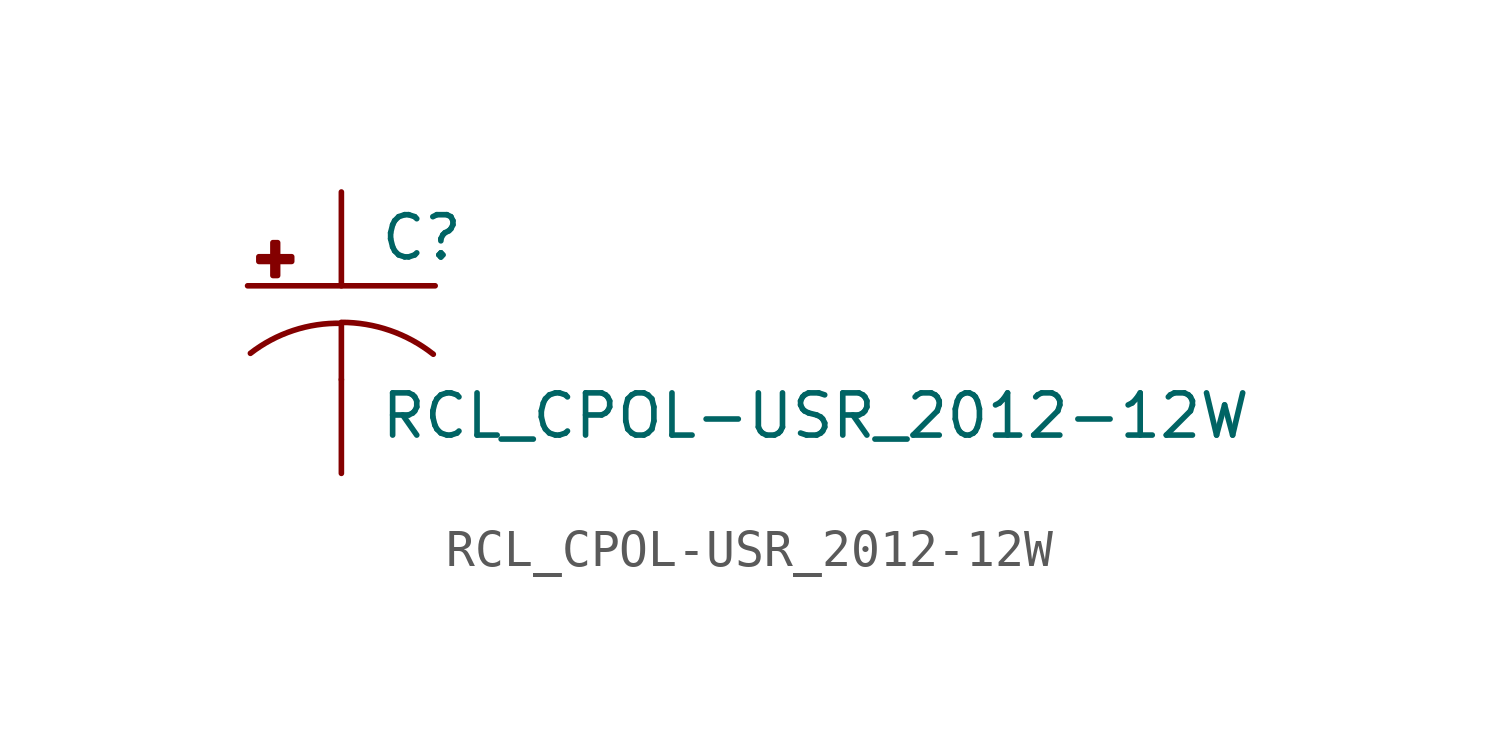
<source format=kicad_sym>
(kicad_symbol_lib
  (version 20210619)
  (generator kicad_symbol_editor)
  (symbol "RCL_CPOL-USR_2012-12W"
    (pin_numbers hide)
    (pin_names
      (offset 1.016) hide)
    (property "Reference" "C"
      (at 1.016 0.635 0)
      (effects (font (size 1.143 1.143)) (justify left bottom)))
    (property "Value" "RCL_CPOL-USR_2012-12W"
      (at 1.016 -4.191 0)
      (effects (font (size 1.143 1.143)) (justify left bottom)))
    (property "ki_locked" ""
      (at 0 0 0)
      (effects (font (size 1.27 1.27))))
    (symbol "RCL_CPOL-USR_2012-12W_1_0"
      (polyline (pts (xy -2.54 0) (xy 2.54 0)) (stroke (width 0)) (fill (type none)))
      (polyline (pts (xy 0 -1.016) (xy 0 -2.54)) (stroke (width 0)) (fill (type none)))
      (polyline (pts (xy 0 -1.016) (xy 0 -1.016)) (stroke (width 0)) (fill (type none))))
    (symbol "RCL_CPOL-USR_2012-12W_1_1"
      (arc (start 0 -1.016) (end -2.4638 -1.8288) (radius (at 0 -5.0546) (length 4.0386) (angles 90.1 127.3)) (stroke (width 0)) (fill (type none)))
      (arc (start 2.4892 -1.8542) (end 0 -0.9906) (radius (at 0 -5.0292) (length 4.0386) (angles 52.3 89.9)) (stroke (width 0)) (fill (type none)))
      (rectangle (start -2.235 0.66) (end -1.346 0.787) (stroke (width 0)) (fill (type outline)))
      (rectangle (start -1.854 0.279) (end -1.727 1.168) (stroke (width 0)) (fill (type outline)))
      (pin passive line (at 0 2.54 270) (length 2.54) (name "+" (effects (font (size 1.016 1.016)))) (number "+" (effects (font (size 1.016 1.016)))))
      (pin passive line (at 0 -5.08 90) (length 2.54) (name "-" (effects (font (size 1.016 1.016)))) (number "-" (effects (font (size 1.016 1.016))))))))
</source>
